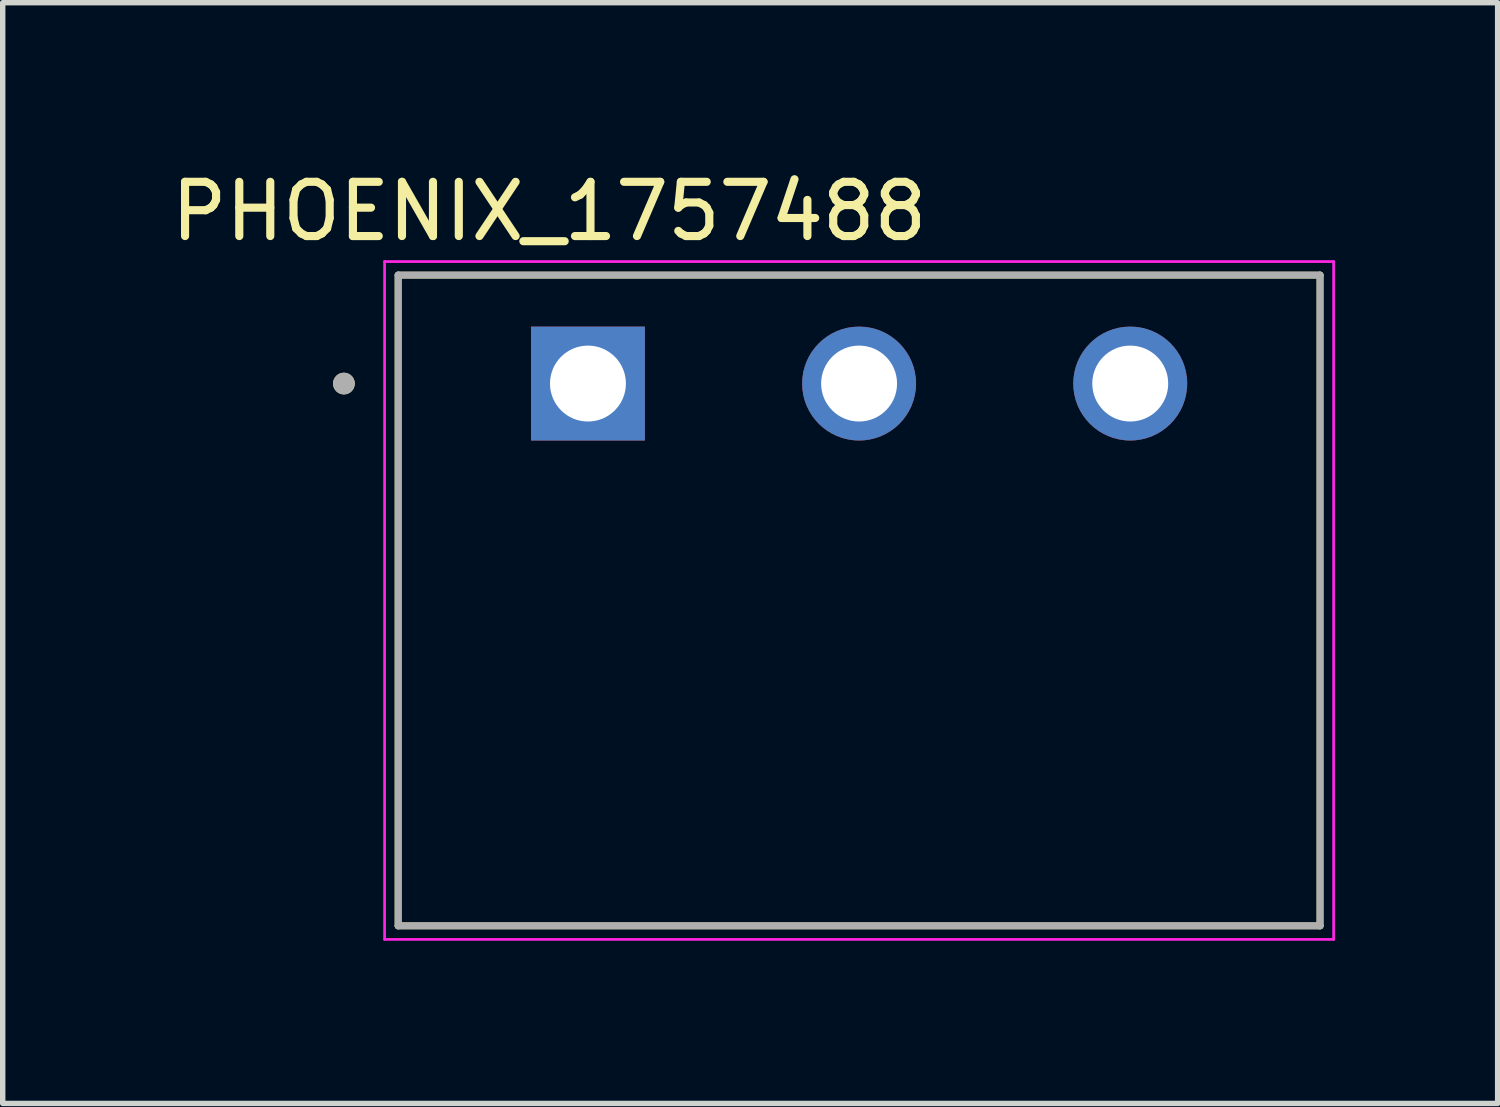
<source format=kicad_pcb>
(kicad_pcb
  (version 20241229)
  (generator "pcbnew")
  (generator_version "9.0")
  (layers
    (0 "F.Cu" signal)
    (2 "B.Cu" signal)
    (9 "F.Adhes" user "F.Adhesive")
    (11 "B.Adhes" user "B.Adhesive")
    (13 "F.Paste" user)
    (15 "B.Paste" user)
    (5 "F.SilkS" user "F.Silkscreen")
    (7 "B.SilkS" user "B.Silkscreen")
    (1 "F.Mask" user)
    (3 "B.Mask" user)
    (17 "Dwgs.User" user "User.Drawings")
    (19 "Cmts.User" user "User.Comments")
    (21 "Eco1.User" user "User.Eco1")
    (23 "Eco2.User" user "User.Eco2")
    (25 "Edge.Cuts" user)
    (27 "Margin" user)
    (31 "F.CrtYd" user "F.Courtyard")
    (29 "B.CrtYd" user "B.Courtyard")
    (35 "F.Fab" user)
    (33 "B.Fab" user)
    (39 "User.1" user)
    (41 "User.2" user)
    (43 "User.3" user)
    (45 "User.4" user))
  (footprint "PHOENIX_1757488"
    (layer "F.Cu")
    (at 7.712 4.023)
    (property "Reference" "PHOENIX_1757488" (at -0.635 -3.175 0) (layer "F.SilkS") (effects (font (size 1 1) (thickness 0.15))))
    (attr through_hole)
    (fp_line (start -3.42 -2) (end -3.42 10) (stroke (width 0.127) (type solid)) (layer "F.SilkS"))
    (fp_line (start -3.42 10) (end 13.58 10) (stroke (width 0.127) (type solid)) (layer "F.SilkS"))
    (fp_line (start 13.58 -2) (end -3.42 -2) (stroke (width 0.127) (type solid)) (layer "F.SilkS"))
    (fp_line (start 13.58 10) (end 13.58 -2) (stroke (width 0.127) (type solid)) (layer "F.SilkS"))
    (fp_circle (center -4.42 0) (end -4.32 0) (stroke (width 0.2) (type solid)) (fill no) (layer "F.SilkS"))
    (fp_line (start -3.67 -2.25) (end 13.83 -2.25) (stroke (width 0.05) (type solid)) (layer "F.CrtYd"))
    (fp_line (start -3.67 10.25) (end -3.67 -2.25) (stroke (width 0.05) (type solid)) (layer "F.CrtYd"))
    (fp_line (start 13.83 -2.25) (end 13.83 10.25) (stroke (width 0.05) (type solid)) (layer "F.CrtYd"))
    (fp_line (start 13.83 10.25) (end -3.67 10.25) (stroke (width 0.05) (type solid)) (layer "F.CrtYd"))
    (fp_line (start -3.42 -2) (end -3.42 10) (stroke (width 0.127) (type solid)) (layer "F.Fab"))
    (fp_line (start -3.42 10) (end 13.58 10) (stroke (width 0.127) (type solid)) (layer "F.Fab"))
    (fp_line (start 13.58 -2) (end -3.42 -2) (stroke (width 0.127) (type solid)) (layer "F.Fab"))
    (fp_line (start 13.58 10) (end 13.58 -2) (stroke (width 0.127) (type solid)) (layer "F.Fab"))
    (fp_circle (center -4.42 0) (end -4.32 0) (stroke (width 0.2) (type solid)) (fill no) (layer "F.Fab"))
    (pad "1" thru_hole rect (at 0.08 0) (size 2.1 2.1) (drill 1.4) (layers "*.Cu" "*.Mask"))
    (pad "2" thru_hole circle (at 5.08 0) (size 2.1 2.1) (drill 1.4) (layers "*.Cu" "*.Mask"))
    (pad "3" thru_hole circle (at 10.08 0) (size 2.1 2.1) (drill 1.4) (layers "*.Cu" "*.Mask")))
  (gr_rect
    (start -3 -3)
    (end 24.567 17.298)
    (stroke (width 0.1) (type default))
    (fill no)
    (layer "Edge.Cuts")))
</source>
